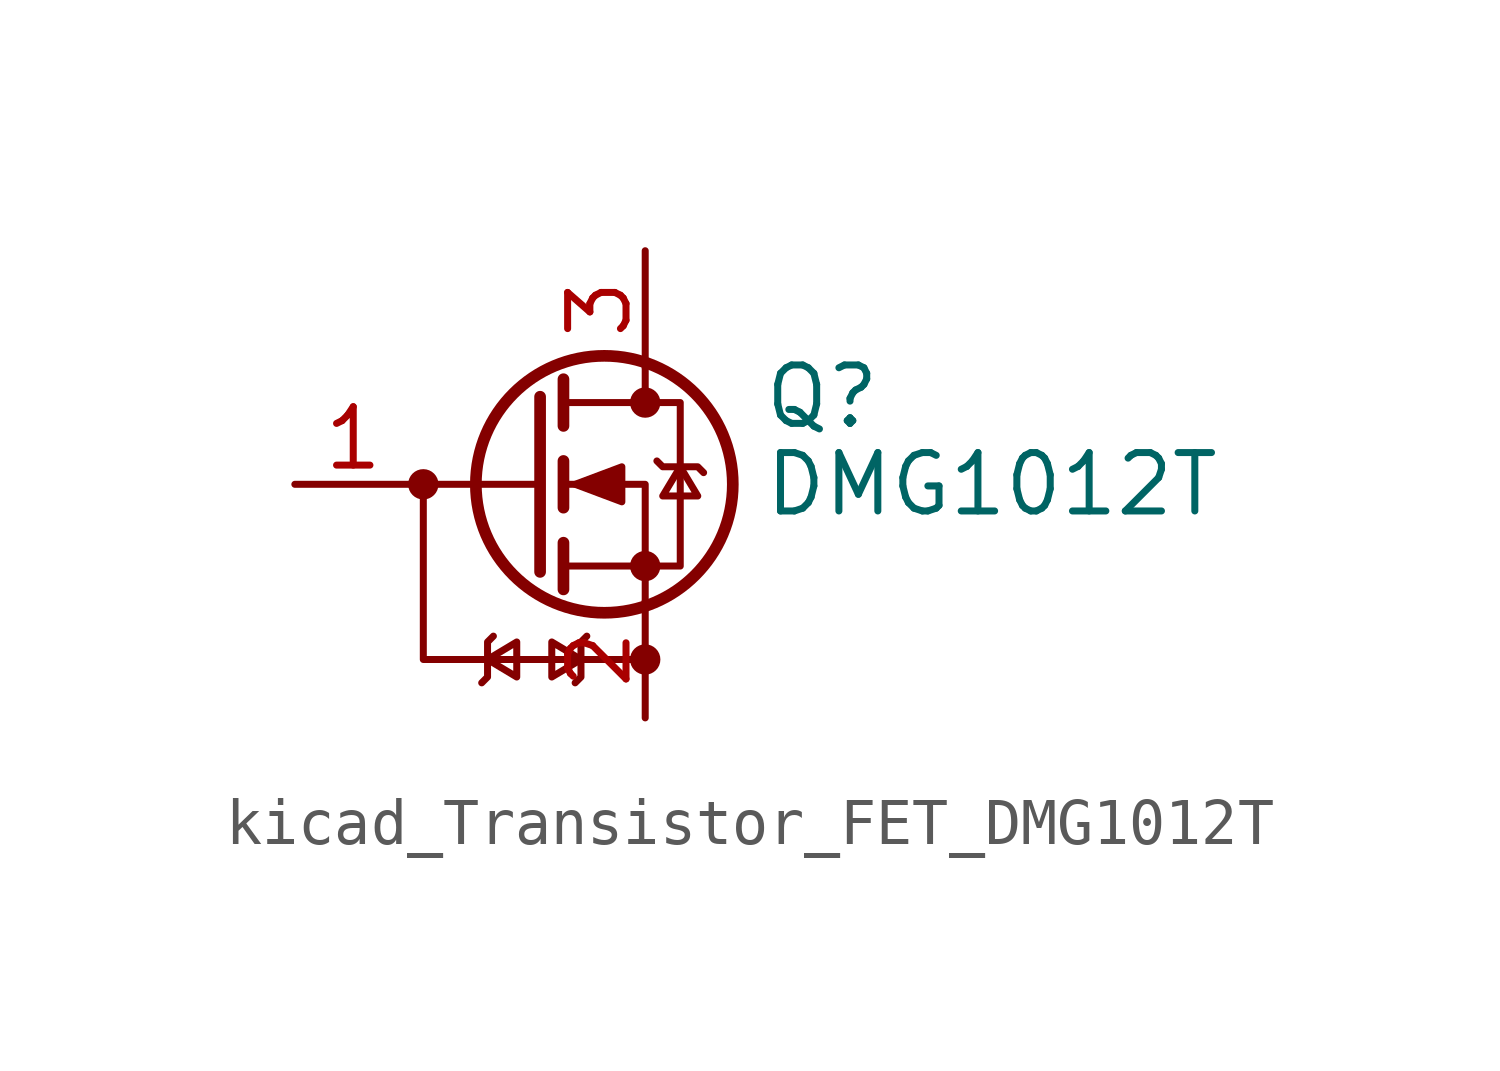
<source format=kicad_sym>
(kicad_symbol_lib
  (version 20220914)
  (generator kicad_symbol_editor)
  (symbol "kicad_Transistor_FET_DMG1012T"
    (pin_names
      (offset 0) hide)
    (property "Reference" "Q"
      (at 5.08 1.905 0)
      (effects (font (size 1.27 1.27)) (justify left)))
    (property "Value" "DMG1012T"
      (at 5.08 0 0)
      (effects (font (size 1.27 1.27)) (justify left)))
    (symbol "kicad_Transistor_FET_DMG1012T_0_1"
      (polyline (pts (xy 2.54 -3.81) (xy -2.286 -3.81) (xy -2.286 0)) (stroke (width 0) (type default)) (fill (type none))))
    (symbol "kicad_Transistor_FET_DMG1012T_1_1"
      (circle (center -2.286 0) (radius 0.254) (stroke (width 0) (type default)) (fill (type outline)))
      (polyline (pts (xy 0.254 0) (xy -2.54 0)) (stroke (width 0) (type default)) (fill (type none)))
      (polyline (pts (xy 0.254 1.905) (xy 0.254 -1.905)) (stroke (width 0.254) (type default)) (fill (type none)))
      (polyline (pts (xy 0.762 -1.27) (xy 0.762 -2.286)) (stroke (width 0.254) (type default)) (fill (type none)))
      (polyline (pts (xy 0.762 0.508) (xy 0.762 -0.508)) (stroke (width 0.254) (type default)) (fill (type none)))
      (polyline (pts (xy 0.762 2.286) (xy 0.762 1.27)) (stroke (width 0.254) (type default)) (fill (type none)))
      (polyline (pts (xy 2.54 2.54) (xy 2.54 1.778)) (stroke (width 0) (type default)) (fill (type none)))
      (polyline (pts (xy 2.54 -2.54) (xy 2.54 0) (xy 0.762 0)) (stroke (width 0) (type default)) (fill (type none)))
      (polyline (pts (xy -1.016 -4.318) (xy -0.889 -4.191) (xy -0.889 -3.429) (xy -0.762 -3.302)) (stroke (width 0) (type default)) (fill (type none)))
      (polyline (pts (xy -0.889 -3.81) (xy -0.254 -4.191) (xy -0.254 -3.429) (xy -0.889 -3.81)) (stroke (width 0) (type default)) (fill (type none)))
      (polyline (pts (xy 0.762 -1.778) (xy 3.302 -1.778) (xy 3.302 1.778) (xy 0.762 1.778)) (stroke (width 0) (type default)) (fill (type none)))
      (polyline (pts (xy 1.016 0) (xy 2.032 0.381) (xy 2.032 -0.381) (xy 1.016 0)) (stroke (width 0) (type default)) (fill (type outline)))
      (polyline (pts (xy 1.143 -3.81) (xy 0.508 -3.429) (xy 0.508 -4.191) (xy 1.143 -3.81)) (stroke (width 0) (type default)) (fill (type none)))
      (polyline (pts (xy 1.27 -3.302) (xy 1.143 -3.429) (xy 1.143 -4.191) (xy 1.016 -4.318)) (stroke (width 0) (type default)) (fill (type none)))
      (polyline (pts (xy 2.794 0.508) (xy 2.921 0.381) (xy 3.683 0.381) (xy 3.81 0.254)) (stroke (width 0) (type default)) (fill (type none)))
      (polyline (pts (xy 3.302 0.381) (xy 2.921 -0.254) (xy 3.683 -0.254) (xy 3.302 0.381)) (stroke (width 0) (type default)) (fill (type none)))
      (circle (center 1.651 0) (radius 2.794) (stroke (width 0.254) (type default)) (fill (type none)))
      (circle (center 2.54 -3.81) (radius 0.254) (stroke (width 0) (type default)) (fill (type outline)))
      (circle (center 2.54 -1.778) (radius 0.254) (stroke (width 0) (type default)) (fill (type outline)))
      (circle (center 2.54 1.778) (radius 0.254) (stroke (width 0) (type default)) (fill (type outline)))
      (pin input line (at -5.08 0 0) (length 2.54) (name "G" (effects (font (size 1.27 1.27)))) (number "1" (effects (font (size 1.27 1.27)))))
      (pin passive line (at 2.54 -5.08 90) (length 2.54) (name "S" (effects (font (size 1.27 1.27)))) (number "2" (effects (font (size 1.27 1.27)))))
      (pin passive line (at 2.54 5.08 270) (length 2.54) (name "D" (effects (font (size 1.27 1.27)))) (number "3" (effects (font (size 1.27 1.27))))))))
</source>
